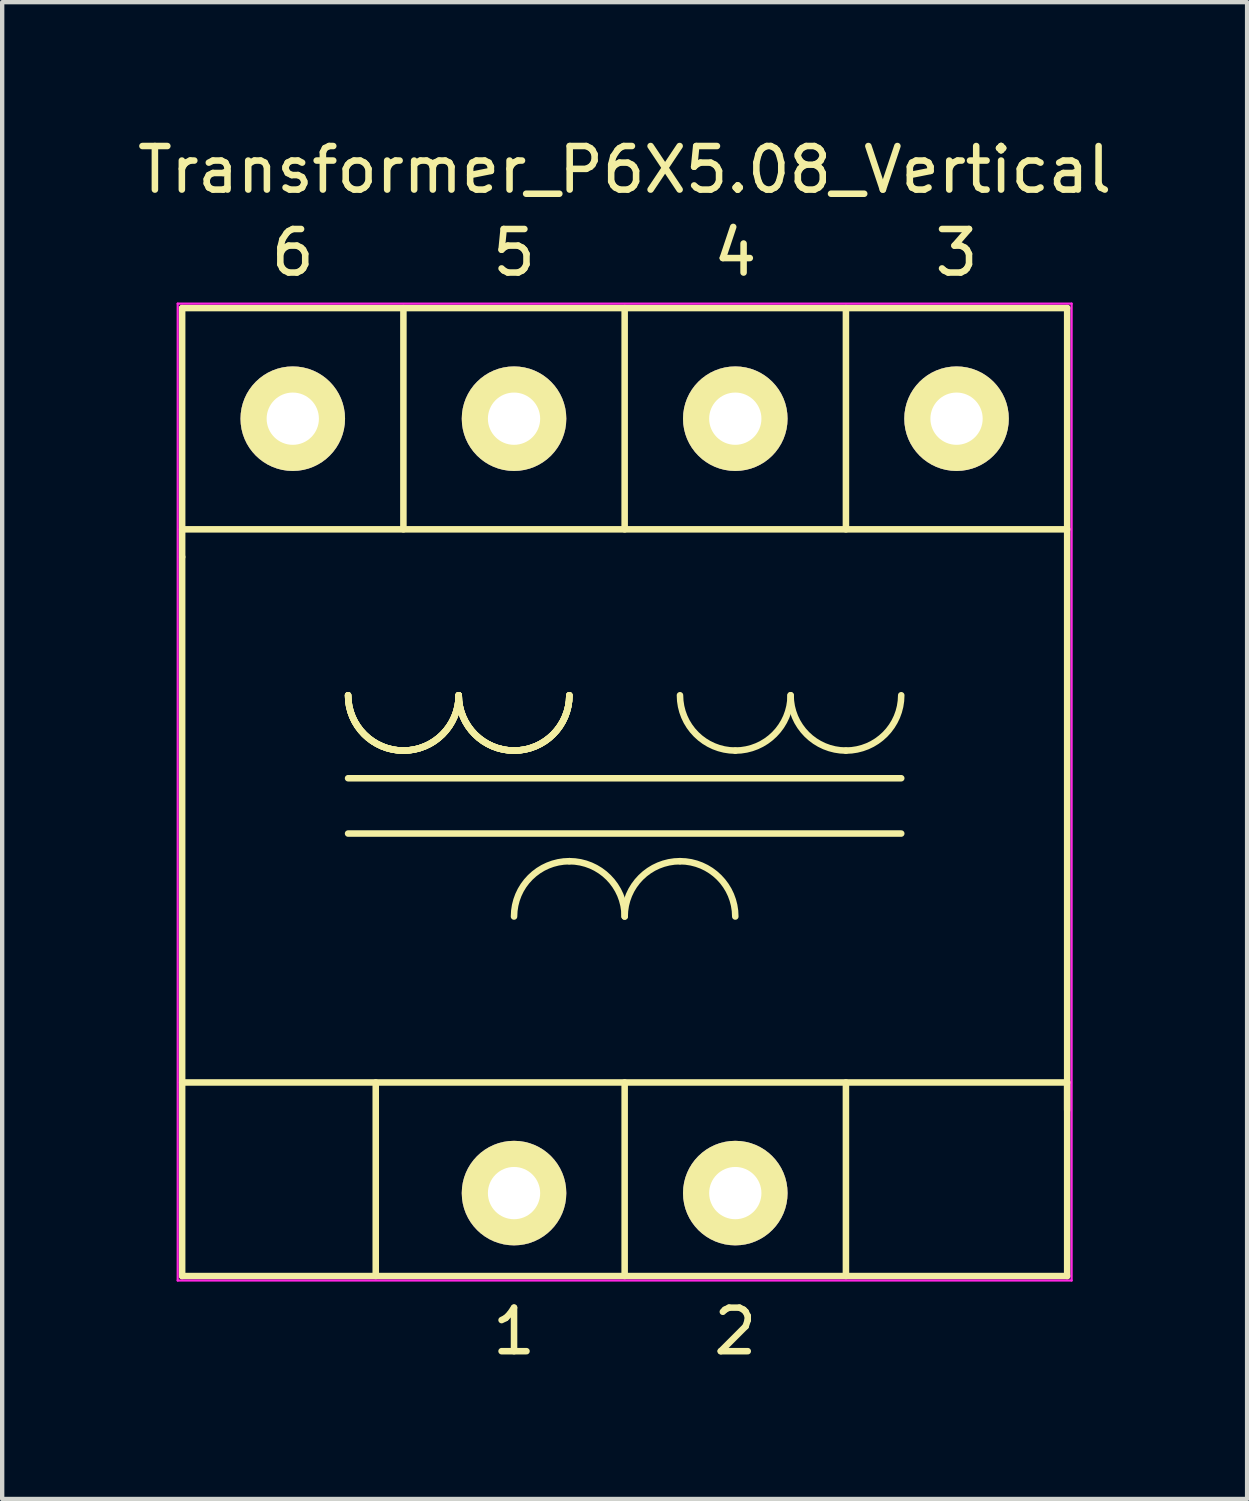
<source format=kicad_pcb>
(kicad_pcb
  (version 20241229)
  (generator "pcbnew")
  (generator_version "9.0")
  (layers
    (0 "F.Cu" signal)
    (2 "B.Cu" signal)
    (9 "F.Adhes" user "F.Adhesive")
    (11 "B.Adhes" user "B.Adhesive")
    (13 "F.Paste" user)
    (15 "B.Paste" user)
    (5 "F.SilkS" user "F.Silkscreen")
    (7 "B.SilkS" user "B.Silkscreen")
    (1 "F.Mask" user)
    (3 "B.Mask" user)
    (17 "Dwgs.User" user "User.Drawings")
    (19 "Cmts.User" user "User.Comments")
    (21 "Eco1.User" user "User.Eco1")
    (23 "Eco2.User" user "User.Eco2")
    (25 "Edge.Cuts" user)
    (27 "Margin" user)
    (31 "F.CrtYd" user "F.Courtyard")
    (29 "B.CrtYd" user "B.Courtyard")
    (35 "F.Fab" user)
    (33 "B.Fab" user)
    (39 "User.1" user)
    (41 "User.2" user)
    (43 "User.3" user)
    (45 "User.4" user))
  (footprint "Transformer_P6X5.08_Vertical"
    (layer "F.Cu")
    (at 11.292 15.453)
    (property "Reference" "Transformer_P6X5.08_Vertical" (at 0 -14.605 0) (layer "F.SilkS") (effects (font (size 1 1) (thickness 0.15))))
    (attr through_hole)
    (fp_line (start -10.16 -11.43) (end 10.16 -11.43) (stroke (width 0.15) (type solid)) (layer "F.SilkS"))
    (fp_line (start -10.16 -6.35) (end -10.16 -11.43) (stroke (width 0.15) (type solid)) (layer "F.SilkS"))
    (fp_line (start -10.16 -6.35) (end -10.16 -5.715) (stroke (width 0.15) (type solid)) (layer "F.SilkS"))
    (fp_line (start -10.16 -5.715) (end -10.16 6.35) (stroke (width 0.15) (type solid)) (layer "F.SilkS"))
    (fp_line (start -10.16 6.35) (end -10.16 10.795) (stroke (width 0.15) (type solid)) (layer "F.SilkS"))
    (fp_line (start -10.16 6.35) (end 10.16 6.35) (stroke (width 0.15) (type solid)) (layer "F.SilkS"))
    (fp_line (start -10.16 10.795) (end 10.16 10.795) (stroke (width 0.15) (type solid)) (layer "F.SilkS"))
    (fp_line (start -6.35 -0.635) (end 6.35 -0.635) (stroke (width 0.15) (type solid)) (layer "F.SilkS"))
    (fp_line (start -6.35 0.635) (end 6.35 0.635) (stroke (width 0.15) (type solid)) (layer "F.SilkS"))
    (fp_line (start -5.715 6.35) (end -5.715 10.795) (stroke (width 0.15) (type solid)) (layer "F.SilkS"))
    (fp_line (start -5.08 -11.43) (end -5.08 -6.35) (stroke (width 0.15) (type solid)) (layer "F.SilkS"))
    (fp_line (start 0 -11.43) (end 0 -6.35) (stroke (width 0.15) (type solid)) (layer "F.SilkS"))
    (fp_line (start 0 6.35) (end 0 10.795) (stroke (width 0.15) (type solid)) (layer "F.SilkS"))
    (fp_line (start 5.08 -11.43) (end 5.08 -6.35) (stroke (width 0.15) (type solid)) (layer "F.SilkS"))
    (fp_line (start 5.08 6.35) (end 5.08 10.795) (stroke (width 0.15) (type solid)) (layer "F.SilkS"))
    (fp_line (start 10.16 -11.43) (end 10.16 -6.35) (stroke (width 0.15) (type solid)) (layer "F.SilkS"))
    (fp_line (start 10.16 -6.35) (end -10.16 -6.35) (stroke (width 0.15) (type solid)) (layer "F.SilkS"))
    (fp_line (start 10.16 6.35) (end 10.16 -6.35) (stroke (width 0.15) (type solid)) (layer "F.SilkS"))
    (fp_line (start 10.16 6.985) (end 10.16 6.35) (stroke (width 0.15) (type solid)) (layer "F.SilkS"))
    (fp_line (start 10.16 10.795) (end 10.16 6.35) (stroke (width 0.15) (type solid)) (layer "F.SilkS"))
    (fp_arc (start -5.08 -1.27) (mid -5.978026 -1.641974) (end -6.35 -2.54) (stroke (width 0.15) (type solid)) (layer "F.SilkS"))
    (fp_arc (start -5.08 -1.27) (mid -5.978026 -1.641974) (end -6.35 -2.54) (stroke (width 0.15) (type solid)) (layer "F.SilkS"))
    (fp_arc (start -5.08 -1.27) (mid -5.978026 -1.641974) (end -6.35 -2.54) (stroke (width 0.15) (type solid)) (layer "F.SilkS"))
    (fp_arc (start -5.08 -1.27) (mid -5.978026 -1.641974) (end -6.35 -2.54) (stroke (width 0.15) (type solid)) (layer "F.SilkS"))
    (fp_arc (start -3.81 -2.54) (mid -4.181974 -1.641974) (end -5.08 -1.27) (stroke (width 0.15) (type solid)) (layer "F.SilkS"))
    (fp_arc (start -3.81 -2.54) (mid -4.181974 -1.641974) (end -5.08 -1.27) (stroke (width 0.15) (type solid)) (layer "F.SilkS"))
    (fp_arc (start -3.81 -2.54) (mid -4.181974 -1.641974) (end -5.08 -1.27) (stroke (width 0.15) (type solid)) (layer "F.SilkS"))
    (fp_arc (start -3.81 -2.54) (mid -4.181974 -1.641974) (end -5.08 -1.27) (stroke (width 0.15) (type solid)) (layer "F.SilkS"))
    (fp_arc (start -2.54 -1.27) (mid -3.438026 -1.641974) (end -3.81 -2.54) (stroke (width 0.15) (type solid)) (layer "F.SilkS"))
    (fp_arc (start -2.54 -1.27) (mid -3.438026 -1.641974) (end -3.81 -2.54) (stroke (width 0.15) (type solid)) (layer "F.SilkS"))
    (fp_arc (start -2.54 -1.27) (mid -3.438026 -1.641974) (end -3.81 -2.54) (stroke (width 0.15) (type solid)) (layer "F.SilkS"))
    (fp_arc (start -2.54 -1.27) (mid -3.438026 -1.641974) (end -3.81 -2.54) (stroke (width 0.15) (type solid)) (layer "F.SilkS"))
    (fp_arc (start -2.54 2.54) (mid -2.168026 1.641974) (end -1.27 1.27) (stroke (width 0.15) (type solid)) (layer "F.SilkS"))
    (fp_arc (start -1.27 -2.54) (mid -1.641974 -1.641974) (end -2.54 -1.27) (stroke (width 0.15) (type solid)) (layer "F.SilkS"))
    (fp_arc (start -1.27 -2.54) (mid -1.641974 -1.641974) (end -2.54 -1.27) (stroke (width 0.15) (type solid)) (layer "F.SilkS"))
    (fp_arc (start -1.27 -2.54) (mid -1.641974 -1.641974) (end -2.54 -1.27) (stroke (width 0.15) (type solid)) (layer "F.SilkS"))
    (fp_arc (start -1.27 -2.54) (mid -1.641974 -1.641974) (end -2.54 -1.27) (stroke (width 0.15) (type solid)) (layer "F.SilkS"))
    (fp_arc (start -1.27 1.27) (mid -0.371974 1.641974) (end 0 2.54) (stroke (width 0.15) (type solid)) (layer "F.SilkS"))
    (fp_arc (start 0 2.54) (mid 0.371974 1.641974) (end 1.27 1.27) (stroke (width 0.15) (type solid)) (layer "F.SilkS"))
    (fp_arc (start 1.27 1.27) (mid 2.168026 1.641974) (end 2.54 2.54) (stroke (width 0.15) (type solid)) (layer "F.SilkS"))
    (fp_arc (start 2.54 -1.27) (mid 1.641974 -1.641974) (end 1.27 -2.54) (stroke (width 0.15) (type solid)) (layer "F.SilkS"))
    (fp_arc (start 3.81 -2.54) (mid 3.438026 -1.641974) (end 2.54 -1.27) (stroke (width 0.15) (type solid)) (layer "F.SilkS"))
    (fp_arc (start 5.08 -1.27) (mid 4.181974 -1.641974) (end 3.81 -2.54) (stroke (width 0.15) (type solid)) (layer "F.SilkS"))
    (fp_arc (start 6.35 -2.54) (mid 5.978026 -1.641974) (end 5.08 -1.27) (stroke (width 0.15) (type solid)) (layer "F.SilkS"))
    (fp_line (start -10.262 -11.532) (end 10.262 -11.532) (stroke (width 0.05) (type solid)) (layer "F.CrtYd"))
    (fp_line (start -10.262 10.897) (end -10.262 -11.532) (stroke (width 0.05) (type solid)) (layer "F.CrtYd"))
    (fp_line (start 10.262 -11.532) (end 10.262 10.897) (stroke (width 0.05) (type solid)) (layer "F.CrtYd"))
    (fp_line (start 10.262 10.897) (end -10.262 10.897) (stroke (width 0.05) (type solid)) (layer "F.CrtYd"))
    (fp_text user "1" (at -2.54 12.065 0) (layer "F.SilkS") (effects (font (size 1 1) (thickness 0.15))))
    (fp_text user "4" (at 2.54 -12.7 0) (layer "F.SilkS") (effects (font (size 1 1) (thickness 0.15))))
    (fp_text user "6" (at -7.62 -12.7 0) (layer "F.SilkS") (effects (font (size 1 1) (thickness 0.15))))
    (fp_text user "2" (at 2.54 12.065 0) (layer "F.SilkS") (effects (font (size 1 1) (thickness 0.15))))
    (fp_text user "3" (at 7.62 -12.7 0) (layer "F.SilkS") (effects (font (size 1 1) (thickness 0.15))))
    (fp_text user "5" (at -2.54 -12.7 0) (layer "F.SilkS") (effects (font (size 1 1) (thickness 0.15))))
    (pad "1" thru_hole circle (at -2.54 8.89) (size 2.4 2.4) (drill 1.2) (layers "*.Cu" "*.Mask" "F.SilkS"))
    (pad "2" thru_hole circle (at 2.54 8.89) (size 2.4 2.4) (drill 1.2) (layers "*.Cu" "*.Mask" "F.SilkS"))
    (pad "3" thru_hole circle (at 7.62 -8.89) (size 2.4 2.4) (drill 1.2) (layers "*.Cu" "*.Mask" "F.SilkS"))
    (pad "4" thru_hole circle (at 2.54 -8.89) (size 2.4 2.4) (drill 1.2) (layers "*.Cu" "*.Mask" "F.SilkS"))
    (pad "5" thru_hole circle (at -2.54 -8.89) (size 2.4 2.4) (drill 1.2) (layers "*.Cu" "*.Mask" "F.SilkS"))
    (pad "6" thru_hole circle (at -7.62 -8.89) (size 2.4 2.4) (drill 1.2) (layers "*.Cu" "*.Mask" "F.SilkS")))
  (gr_rect
    (start -3 -3)
    (end 25.583 31.366)
    (stroke (width 0.1) (type default))
    (fill no)
    (layer "Edge.Cuts")))
</source>
